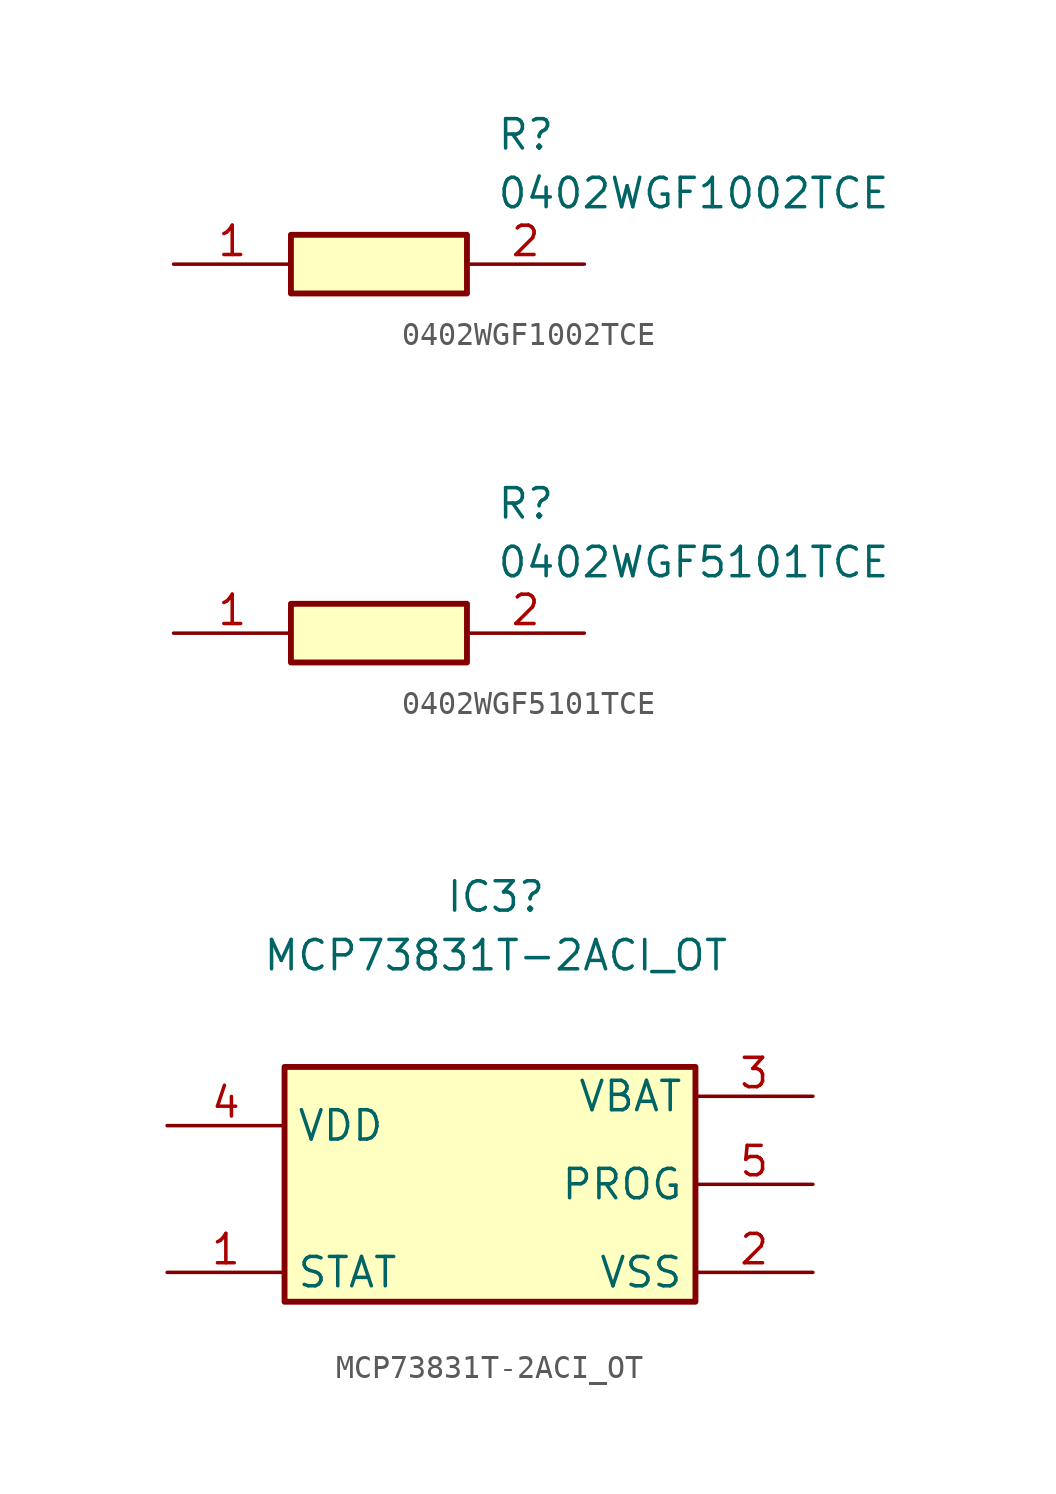
<source format=kicad_sym>
(kicad_symbol_lib
  (version 20231120)
  (generator "kicad_symbol_editor")
  (generator_version "8.0")
  (symbol "0402WGF1002TCE"
    (pin_names hide)
    (property "Reference" "R"
      (at 13.97 6.35 0)
      (effects (font (size 1.27 1.27)) (justify left top)))
    (property "Value" "0402WGF1002TCE"
      (at 13.97 3.81 0)
      (effects (font (size 1.27 1.27)) (justify left top)))
    (symbol "0402WGF1002TCE_1_1"
      (rectangle (start 5.08 1.27) (end 12.7 -1.27) (stroke (width 0.254) (type default)) (fill (type background)))
      (pin passive line (at 0 0 0) (length 5.08) (name "1" (effects (font (size 1.27 1.27)))) (number "1" (effects (font (size 1.27 1.27)))))
      (pin passive line (at 17.78 0 180) (length 5.08) (name "2" (effects (font (size 1.27 1.27)))) (number "2" (effects (font (size 1.27 1.27)))))))
  (symbol "0402WGF5101TCE"
    (pin_names hide)
    (property "Reference" "R"
      (at 13.97 6.35 0)
      (effects (font (size 1.27 1.27)) (justify left top)))
    (property "Value" "0402WGF5101TCE"
      (at 13.97 3.81 0)
      (effects (font (size 1.27 1.27)) (justify left top)))
    (symbol "0402WGF5101TCE_1_1"
      (rectangle (start 5.08 1.27) (end 12.7 -1.27) (stroke (width 0.254) (type default)) (fill (type background)))
      (pin passive line (at 0 0 0) (length 5.08) (name "1" (effects (font (size 1.27 1.27)))) (number "1" (effects (font (size 1.27 1.27)))))
      (pin passive line (at 17.78 0 180) (length 5.08) (name "2" (effects (font (size 1.27 1.27)))) (number "2" (effects (font (size 1.27 1.27)))))))
  (symbol "MCP73831T-2ACI_OT"
    (property "Reference" "IC3"
      (at 14.224 9.906 0)
      (effects (font (size 1.27 1.27))))
    (property "Value" "MCP73831T-2ACI_OT"
      (at 14.224 7.366 0)
      (effects (font (size 1.27 1.27))))
    (symbol "MCP73831T-2ACI_OT_1_1"
      (rectangle (start 5.08 2.54) (end 22.86 -7.62) (stroke (width 0.254) (type default)) (fill (type background)))
      (pin passive line (at 0 -6.35 0) (length 5.08) (name "STAT" (effects (font (size 1.27 1.27)))) (number "1" (effects (font (size 1.27 1.27)))))
      (pin passive line (at 27.94 -6.35 180) (length 5.08) (name "VSS" (effects (font (size 1.27 1.27)))) (number "2" (effects (font (size 1.27 1.27)))))
      (pin passive line (at 27.94 1.27 180) (length 5.08) (name "VBAT" (effects (font (size 1.27 1.27)))) (number "3" (effects (font (size 1.27 1.27)))))
      (pin passive line (at 0 0 0) (length 5.08) (name "VDD" (effects (font (size 1.27 1.27)))) (number "4" (effects (font (size 1.27 1.27)))))
      (pin passive line (at 27.94 -2.54 180) (length 5.08) (name "PROG" (effects (font (size 1.27 1.27)))) (number "5" (effects (font (size 1.27 1.27))))))))
</source>
